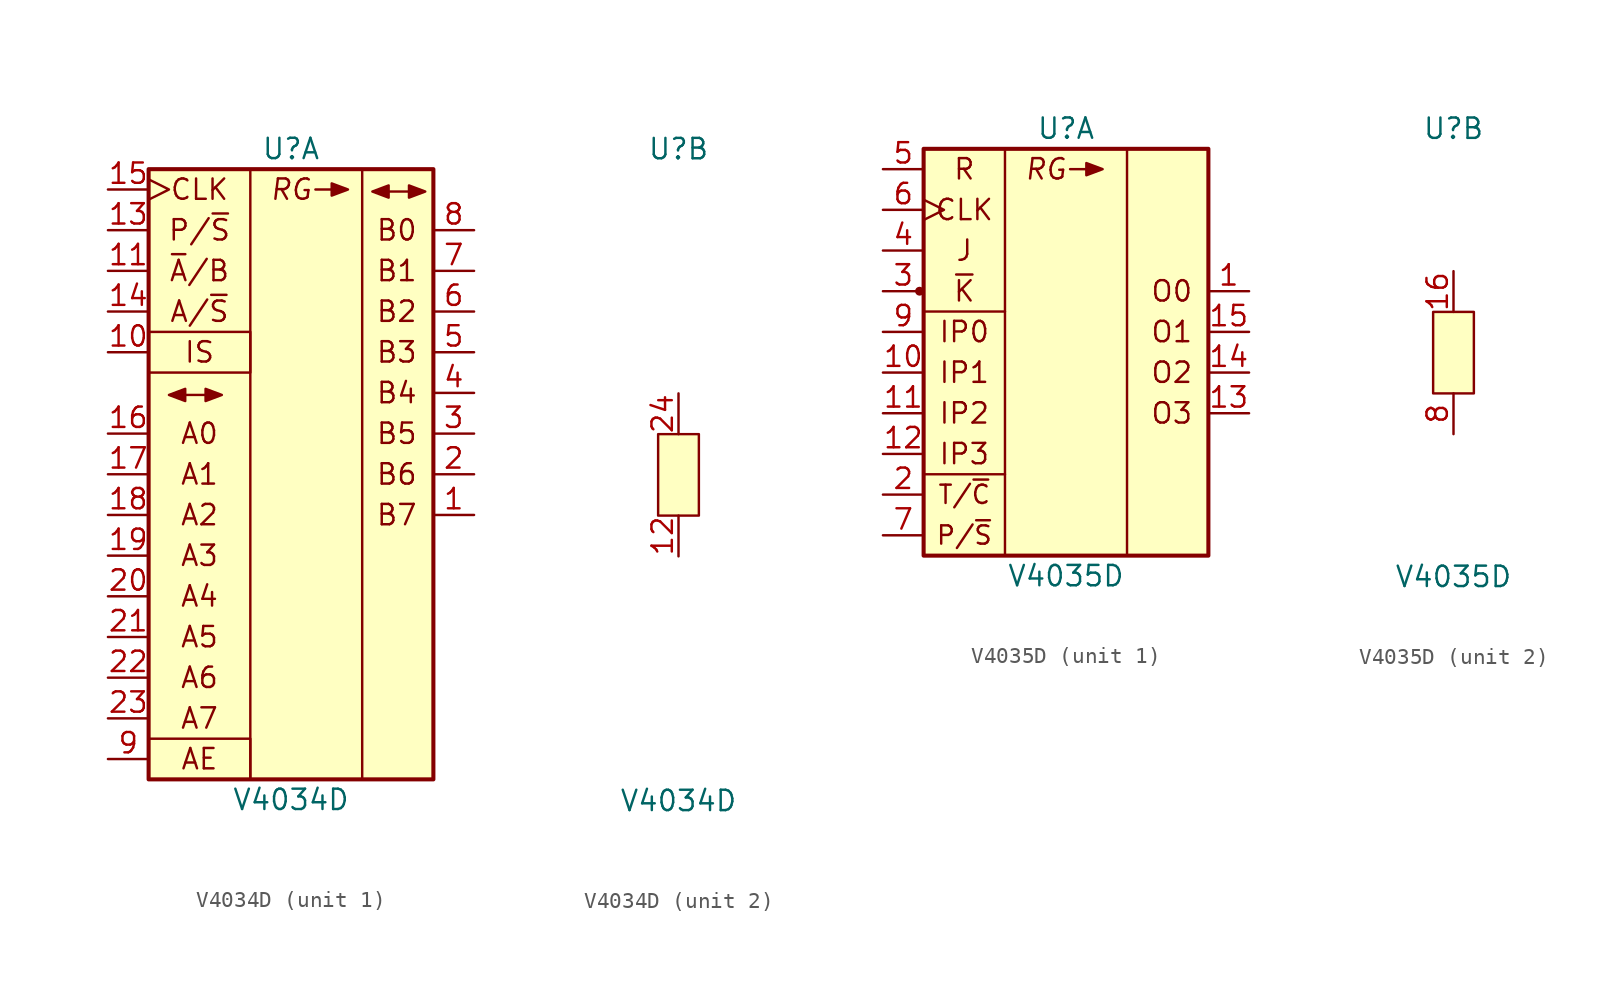
<source format=kicad_sym>
(kicad_symbol_lib
  (version 20211014)
  (generator kicad_symbol_editor)
  (symbol "V4034D"
    (pin_names
      (offset 1.016) hide)
    (property "Reference" "U"
      (at 0 20.32 0)
      (effects (font (size 1.27 1.27))))
    (property "Value" "V4034D"
      (at 0 -20.32 0)
      (effects (font (size 1.27 1.27))))
    (property "ki_locked" ""
      (at 0 0 0)
      (effects (font (size 1.27 1.27))))
    (symbol "V4034D_1_1"
      (rectangle (start -8.89 -16.51) (end -2.54 -19.05) (stroke (width 0) (type default) (color 0 0 0 0)) (fill (type none)))
      (rectangle (start -8.89 8.89) (end -2.54 6.35) (stroke (width 0) (type default) (color 0 0 0 0)) (fill (type none)))
      (rectangle (start -8.89 19.05) (end 8.89 -19.05) (stroke (width 0.254) (type default) (color 0 0 0 0)) (fill (type background)))
      (polyline (pts (xy -6.604 4.953) (xy -5.334 4.953)) (stroke (width 0) (type default) (color 0 0 0 0)) (fill (type none)))
      (polyline (pts (xy 1.524 17.78) (xy 2.54 17.78)) (stroke (width 0) (type default) (color 0 0 0 0)) (fill (type none)))
      (polyline (pts (xy 6.096 17.653) (xy 7.366 17.653)) (stroke (width 0) (type default) (color 0 0 0 0)) (fill (type none)))
      (polyline (pts (xy -6.604 5.334) (xy -7.62 4.953) (xy -6.604 4.572) (xy -6.604 5.334)) (stroke (width 0) (type default) (color 0 0 0 0)) (fill (type outline)))
      (polyline (pts (xy -5.334 5.334) (xy -4.318 4.953) (xy -5.334 4.572) (xy -5.334 5.334)) (stroke (width 0) (type default) (color 0 0 0 0)) (fill (type outline)))
      (polyline (pts (xy 2.54 17.399) (xy 3.556 17.78) (xy 2.54 18.161) (xy 2.54 17.399)) (stroke (width 0) (type default) (color 0 0 0 0)) (fill (type outline)))
      (polyline (pts (xy 6.096 18.034) (xy 5.08 17.653) (xy 6.096 17.272) (xy 6.096 18.034)) (stroke (width 0) (type default) (color 0 0 0 0)) (fill (type outline)))
      (polyline (pts (xy 7.366 18.034) (xy 8.382 17.653) (xy 7.366 17.272) (xy 7.366 18.034)) (stroke (width 0) (type default) (color 0 0 0 0)) (fill (type outline)))
      (rectangle (start 4.445 19.05) (end -2.54 -19.05) (stroke (width 0) (type default) (color 0 0 0 0)) (fill (type none)))
      (text "A/~{S}" (at -5.715 10.16 0) (effects (font (size 1.27 1.27))))
      (text "A0" (at -5.715 2.54 0) (effects (font (size 1.27 1.27))))
      (text "A1" (at -5.715 0 0) (effects (font (size 1.27 1.27))))
      (text "A2" (at -5.715 -2.54 0) (effects (font (size 1.27 1.27))))
      (text "A3" (at -5.715 -5.08 0) (effects (font (size 1.27 1.27))))
      (text "A4" (at -5.715 -7.62 0) (effects (font (size 1.27 1.27))))
      (text "A5" (at -5.715 -10.16 0) (effects (font (size 1.27 1.27))))
      (text "A6" (at -5.715 -12.7 0) (effects (font (size 1.27 1.27))))
      (text "A7" (at -5.715 -15.24 0) (effects (font (size 1.27 1.27))))
      (text "AE" (at -5.715 -17.78 0) (effects (font (size 1.27 1.27))))
      (text "B0" (at 6.604 15.24 0) (effects (font (size 1.27 1.27))))
      (text "B1" (at 6.604 12.7 0) (effects (font (size 1.27 1.27))))
      (text "B2" (at 6.604 10.16 0) (effects (font (size 1.27 1.27))))
      (text "B3" (at 6.604 7.62 0) (effects (font (size 1.27 1.27))))
      (text "B4" (at 6.604 5.08 0) (effects (font (size 1.27 1.27))))
      (text "B5" (at 6.604 2.54 0) (effects (font (size 1.27 1.27))))
      (text "B6" (at 6.604 0 0) (effects (font (size 1.27 1.27))))
      (text "B7" (at 6.604 -2.54 0) (effects (font (size 1.27 1.27))))
      (text "CLK" (at -5.715 17.78 0) (effects (font (size 1.27 1.27))))
      (text "IS" (at -5.715 7.62 0) (effects (font (size 1.27 1.27))))
      (text "P/~{S}" (at -5.715 15.24 0) (effects (font (size 1.27 1.27))))
      (text "RG" (at 0 17.78 0) (effects (font (size 1.27 1.27) italic)))
      (text "~{A}/B" (at -5.715 12.7 0) (effects (font (size 1.27 1.27))))
      (pin bidirectional line (at 11.43 -2.54 180) (length 2.54) (name "B7" (effects (font (size 1.27 1.27)))) (number "1" (effects (font (size 1.27 1.27)))))
      (pin input line (at -11.43 7.62 0) (length 2.54) (name "IS" (effects (font (size 1.27 1.27)))) (number "10" (effects (font (size 1.27 1.27)))))
      (pin input line (at -11.43 12.7 0) (length 2.54) (name "~{A}/B" (effects (font (size 1.27 1.27)))) (number "11" (effects (font (size 1.27 1.27)))))
      (pin input line (at -11.43 15.24 0) (length 2.54) (name "P/~{S}" (effects (font (size 1.27 1.27)))) (number "13" (effects (font (size 1.27 1.27)))))
      (pin input line (at -11.43 10.16 0) (length 2.54) (name "A/~{S}" (effects (font (size 1.27 1.27)))) (number "14" (effects (font (size 1.27 1.27)))))
      (pin input clock (at -11.43 17.78 0) (length 2.54) (name "CLK" (effects (font (size 1.27 1.27)))) (number "15" (effects (font (size 1.27 1.27)))))
      (pin bidirectional line (at -11.43 2.54 0) (length 2.54) (name "A0" (effects (font (size 1.27 1.27)))) (number "16" (effects (font (size 1.27 1.27)))))
      (pin bidirectional line (at -11.43 0 0) (length 2.54) (name "A1" (effects (font (size 1.27 1.27)))) (number "17" (effects (font (size 1.27 1.27)))))
      (pin bidirectional line (at -11.43 -2.54 0) (length 2.54) (name "A2" (effects (font (size 1.27 1.27)))) (number "18" (effects (font (size 1.27 1.27)))))
      (pin bidirectional line (at -11.43 -5.08 0) (length 2.54) (name "A3" (effects (font (size 1.27 1.27)))) (number "19" (effects (font (size 1.27 1.27)))))
      (pin bidirectional line (at 11.43 0 180) (length 2.54) (name "B6" (effects (font (size 1.27 1.27)))) (number "2" (effects (font (size 1.27 1.27)))))
      (pin bidirectional line (at -11.43 -7.62 0) (length 2.54) (name "A4" (effects (font (size 1.27 1.27)))) (number "20" (effects (font (size 1.27 1.27)))))
      (pin bidirectional line (at -11.43 -10.16 0) (length 2.54) (name "A5" (effects (font (size 1.27 1.27)))) (number "21" (effects (font (size 1.27 1.27)))))
      (pin bidirectional line (at -11.43 -12.7 0) (length 2.54) (name "A6" (effects (font (size 1.27 1.27)))) (number "22" (effects (font (size 1.27 1.27)))))
      (pin bidirectional line (at -11.43 -15.24 0) (length 2.54) (name "A7" (effects (font (size 1.27 1.27)))) (number "23" (effects (font (size 1.27 1.27)))))
      (pin bidirectional line (at 11.43 2.54 180) (length 2.54) (name "B5" (effects (font (size 1.27 1.27)))) (number "3" (effects (font (size 1.27 1.27)))))
      (pin bidirectional line (at 11.43 5.08 180) (length 2.54) (name "B4" (effects (font (size 1.27 1.27)))) (number "4" (effects (font (size 1.27 1.27)))))
      (pin bidirectional line (at 11.43 7.62 180) (length 2.54) (name "B3" (effects (font (size 1.27 1.27)))) (number "5" (effects (font (size 1.27 1.27)))))
      (pin bidirectional line (at 11.43 10.16 180) (length 2.54) (name "B2" (effects (font (size 1.27 1.27)))) (number "6" (effects (font (size 1.27 1.27)))))
      (pin bidirectional line (at 11.43 12.7 180) (length 2.54) (name "B1" (effects (font (size 1.27 1.27)))) (number "7" (effects (font (size 1.27 1.27)))))
      (pin bidirectional line (at 11.43 15.24 180) (length 2.54) (name "B0" (effects (font (size 1.27 1.27)))) (number "8" (effects (font (size 1.27 1.27)))))
      (pin input line (at -11.43 -17.78 0) (length 2.54) (name "AE" (effects (font (size 1.27 1.27)))) (number "9" (effects (font (size 1.27 1.27))))))
    (symbol "V4034D_2_1"
      (rectangle (start -1.27 2.54) (end 1.27 -2.54) (stroke (width 0) (type default) (color 0 0 0 0)) (fill (type background)))
      (pin power_in line (at 0 -5.08 90) (length 2.54) (name "GND" (effects (font (size 1.27 1.27)))) (number "12" (effects (font (size 1.27 1.27)))))
      (pin power_in line (at 0 5.08 270) (length 2.54) (name "Vcc" (effects (font (size 1.27 1.27)))) (number "24" (effects (font (size 1.27 1.27)))))))
  (symbol "V4035D"
    (pin_names
      (offset 1.016) hide)
    (property "Reference" "U"
      (at 0 13.97 0)
      (effects (font (size 1.27 1.27))))
    (property "Value" "V4035D"
      (at 0 -13.97 0)
      (effects (font (size 1.27 1.27))))
    (property "ki_locked" ""
      (at 0 0 0)
      (effects (font (size 1.27 1.27))))
    (symbol "V4035D_1_1"
      (circle (center -9.144 3.81) (radius 0.203) (stroke (width 0) (type default) (color 0 0 0 0)) (fill (type outline)))
      (rectangle (start -8.89 12.7) (end 8.89 -12.7) (stroke (width 0.254) (type default) (color 0 0 0 0)) (fill (type background)))
      (polyline (pts (xy -8.89 -7.62) (xy -3.81 -7.62)) (stroke (width 0.152) (type default) (color 0 0 0 0)) (fill (type none)))
      (polyline (pts (xy -8.89 2.54) (xy -3.81 2.54)) (stroke (width 0.152) (type default) (color 0 0 0 0)) (fill (type none)))
      (polyline (pts (xy -3.81 12.7) (xy -3.81 -12.7)) (stroke (width 0.152) (type default) (color 0 0 0 0)) (fill (type none)))
      (polyline (pts (xy 0.254 11.43) (xy 1.27 11.43)) (stroke (width 0) (type default) (color 0 0 0 0)) (fill (type none)))
      (polyline (pts (xy 3.81 12.7) (xy 3.81 -12.7)) (stroke (width 0.152) (type default) (color 0 0 0 0)) (fill (type none)))
      (polyline (pts (xy 1.27 11.049) (xy 2.286 11.43) (xy 1.27 11.811) (xy 1.27 11.049)) (stroke (width 0) (type default) (color 0 0 0 0)) (fill (type outline)))
      (text "CLK" (at -6.35 8.89 0) (effects (font (size 1.27 1.27))))
      (text "IP0" (at -6.35 1.27 0) (effects (font (size 1.27 1.27))))
      (text "IP1" (at -6.35 -1.27 0) (effects (font (size 1.27 1.27))))
      (text "IP2" (at -6.35 -3.81 0) (effects (font (size 1.27 1.27))))
      (text "IP3" (at -6.35 -6.35 0) (effects (font (size 1.27 1.27))))
      (text "J" (at -6.35 6.35 0) (effects (font (size 1.27 1.27))))
      (text "O0" (at 6.604 3.81 0) (effects (font (size 1.27 1.27))))
      (text "O1" (at 6.604 1.27 0) (effects (font (size 1.27 1.27))))
      (text "O2" (at 6.604 -1.27 0) (effects (font (size 1.27 1.27))))
      (text "O3" (at 6.604 -3.81 0) (effects (font (size 1.27 1.27))))
      (text "P/~{S}" (at -6.35 -11.43 0) (effects (font (size 1.143 1.143))))
      (text "R" (at -6.35 11.43 0) (effects (font (size 1.27 1.27))))
      (text "RG" (at -1.27 11.43 0) (effects (font (size 1.27 1.27) italic)))
      (text "T/~{C}" (at -6.35 -8.89 0) (effects (font (size 1.143 1.143))))
      (text "~{K}" (at -6.35 3.81 0) (effects (font (size 1.27 1.27))))
      (pin output line (at 11.43 3.81 180) (length 2.54) (name "O0" (effects (font (size 1.27 1.27)))) (number "1" (effects (font (size 1.27 1.27)))))
      (pin input line (at -11.43 -1.27 0) (length 2.54) (name "IP1" (effects (font (size 1.27 1.27)))) (number "10" (effects (font (size 1.27 1.27)))))
      (pin input line (at -11.43 -3.81 0) (length 2.54) (name "IP2" (effects (font (size 1.27 1.27)))) (number "11" (effects (font (size 1.27 1.27)))))
      (pin input line (at -11.43 -6.35 0) (length 2.54) (name "IP3" (effects (font (size 1.27 1.27)))) (number "12" (effects (font (size 1.27 1.27)))))
      (pin output line (at 11.43 -3.81 180) (length 2.54) (name "O3" (effects (font (size 1.27 1.27)))) (number "13" (effects (font (size 1.27 1.27)))))
      (pin output line (at 11.43 -1.27 180) (length 2.54) (name "O2" (effects (font (size 1.27 1.27)))) (number "14" (effects (font (size 1.27 1.27)))))
      (pin output line (at 11.43 1.27 180) (length 2.54) (name "O1" (effects (font (size 1.27 1.27)))) (number "15" (effects (font (size 1.27 1.27)))))
      (pin input line (at -11.43 -8.89 0) (length 2.54) (name "T/~{C}" (effects (font (size 1.27 1.27)))) (number "2" (effects (font (size 1.27 1.27)))))
      (pin input line (at -11.43 3.81 0) (length 2.54) (name "~K" (effects (font (size 1.27 1.27)))) (number "3" (effects (font (size 1.27 1.27)))))
      (pin input line (at -11.43 6.35 0) (length 2.54) (name "J" (effects (font (size 1.27 1.27)))) (number "4" (effects (font (size 1.27 1.27)))))
      (pin input line (at -11.43 11.43 0) (length 2.54) (name "R" (effects (font (size 1.27 1.27)))) (number "5" (effects (font (size 1.27 1.27)))))
      (pin input clock (at -11.43 8.89 0) (length 2.54) (name "CLK" (effects (font (size 1.27 1.27)))) (number "6" (effects (font (size 1.27 1.27)))))
      (pin input line (at -11.43 -11.43 0) (length 2.54) (name "P/~{S}" (effects (font (size 1.27 1.27)))) (number "7" (effects (font (size 1.27 1.27)))))
      (pin input line (at -11.43 1.27 0) (length 2.54) (name "IP0" (effects (font (size 1.27 1.27)))) (number "9" (effects (font (size 1.27 1.27))))))
    (symbol "V4035D_2_1"
      (rectangle (start -1.27 2.54) (end 1.27 -2.54) (stroke (width 0) (type default) (color 0 0 0 0)) (fill (type background)))
      (pin power_in line (at 0 5.08 270) (length 2.54) (name "Vcc" (effects (font (size 1.27 1.27)))) (number "16" (effects (font (size 1.27 1.27)))))
      (pin power_in line (at 0 -5.08 90) (length 2.54) (name "GND" (effects (font (size 1.27 1.27)))) (number "8" (effects (font (size 1.27 1.27))))))))
</source>
